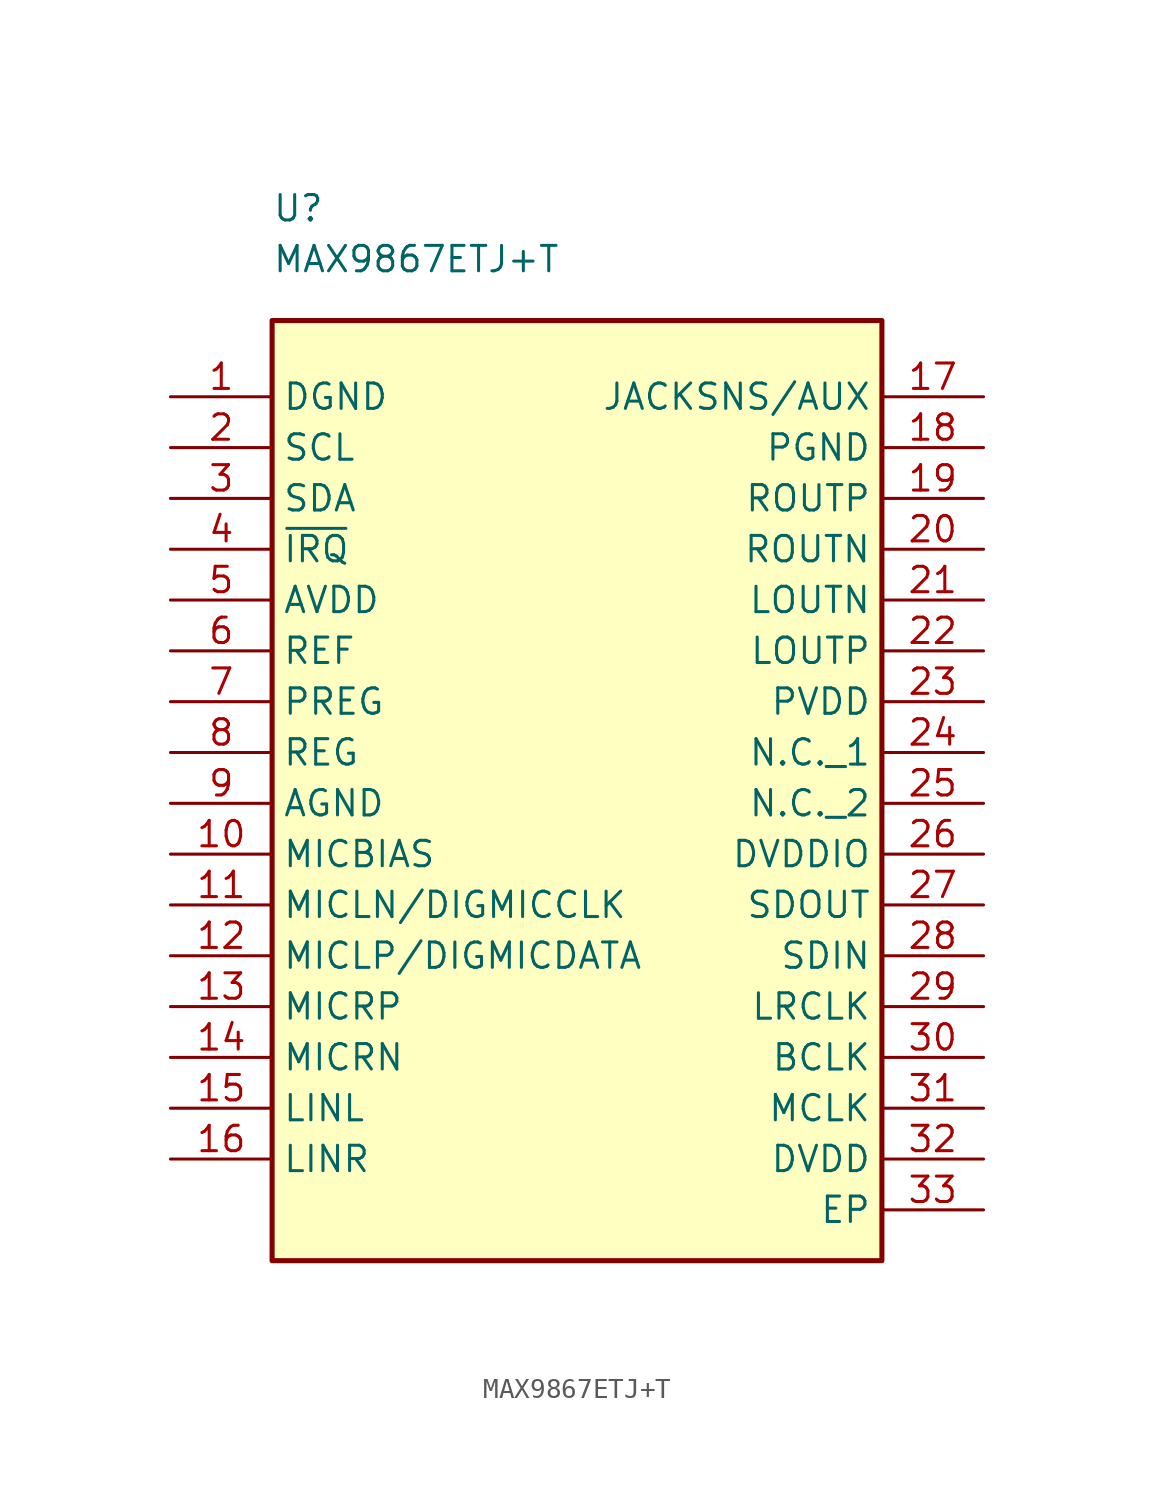
<source format=kicad_sym>
(kicad_symbol_lib
  (version 20220914)
  (generator kicad_symbol_editor)
  (symbol "MAX9867ETJ+T"
    (property "Reference" "U"
      (at -16.51 24.13 0)
      (effects (font (size 1.27 1.27)) (justify left top)))
    (property "Value" "MAX9867ETJ+T"
      (at -16.51 21.59 0)
      (effects (font (size 1.27 1.27)) (justify left top)))
    (symbol "MAX9867ETJ+T_1_1"
      (rectangle (start -16.51 17.78) (end 13.97 -29.21) (stroke (width 0.254) (type default)) (fill (type background)))
      (pin passive line (at -21.59 13.97 0) (length 5.08) (name "DGND" (effects (font (size 1.27 1.27)))) (number "1" (effects (font (size 1.27 1.27)))))
      (pin passive line (at -21.59 -8.89 0) (length 5.08) (name "MICBIAS" (effects (font (size 1.27 1.27)))) (number "10" (effects (font (size 1.27 1.27)))))
      (pin passive line (at -21.59 -11.43 0) (length 5.08) (name "MICLN/DIGMICCLK" (effects (font (size 1.27 1.27)))) (number "11" (effects (font (size 1.27 1.27)))))
      (pin passive line (at -21.59 -13.97 0) (length 5.08) (name "MICLP/DIGMICDATA" (effects (font (size 1.27 1.27)))) (number "12" (effects (font (size 1.27 1.27)))))
      (pin passive line (at -21.59 -16.51 0) (length 5.08) (name "MICRP" (effects (font (size 1.27 1.27)))) (number "13" (effects (font (size 1.27 1.27)))))
      (pin passive line (at -21.59 -19.05 0) (length 5.08) (name "MICRN" (effects (font (size 1.27 1.27)))) (number "14" (effects (font (size 1.27 1.27)))))
      (pin passive line (at -21.59 -21.59 0) (length 5.08) (name "LINL" (effects (font (size 1.27 1.27)))) (number "15" (effects (font (size 1.27 1.27)))))
      (pin passive line (at -21.59 -24.13 0) (length 5.08) (name "LINR" (effects (font (size 1.27 1.27)))) (number "16" (effects (font (size 1.27 1.27)))))
      (pin passive line (at 19.05 13.97 180) (length 5.08) (name "JACKSNS/AUX" (effects (font (size 1.27 1.27)))) (number "17" (effects (font (size 1.27 1.27)))))
      (pin passive line (at 19.05 11.43 180) (length 5.08) (name "PGND" (effects (font (size 1.27 1.27)))) (number "18" (effects (font (size 1.27 1.27)))))
      (pin passive line (at 19.05 8.89 180) (length 5.08) (name "ROUTP" (effects (font (size 1.27 1.27)))) (number "19" (effects (font (size 1.27 1.27)))))
      (pin passive line (at -21.59 11.43 0) (length 5.08) (name "SCL" (effects (font (size 1.27 1.27)))) (number "2" (effects (font (size 1.27 1.27)))))
      (pin passive line (at 19.05 6.35 180) (length 5.08) (name "ROUTN" (effects (font (size 1.27 1.27)))) (number "20" (effects (font (size 1.27 1.27)))))
      (pin passive line (at 19.05 3.81 180) (length 5.08) (name "LOUTN" (effects (font (size 1.27 1.27)))) (number "21" (effects (font (size 1.27 1.27)))))
      (pin passive line (at 19.05 1.27 180) (length 5.08) (name "LOUTP" (effects (font (size 1.27 1.27)))) (number "22" (effects (font (size 1.27 1.27)))))
      (pin passive line (at 19.05 -1.27 180) (length 5.08) (name "PVDD" (effects (font (size 1.27 1.27)))) (number "23" (effects (font (size 1.27 1.27)))))
      (pin passive line (at 19.05 -3.81 180) (length 5.08) (name "N.C._1" (effects (font (size 1.27 1.27)))) (number "24" (effects (font (size 1.27 1.27)))))
      (pin passive line (at 19.05 -6.35 180) (length 5.08) (name "N.C._2" (effects (font (size 1.27 1.27)))) (number "25" (effects (font (size 1.27 1.27)))))
      (pin passive line (at 19.05 -8.89 180) (length 5.08) (name "DVDDIO" (effects (font (size 1.27 1.27)))) (number "26" (effects (font (size 1.27 1.27)))))
      (pin passive line (at 19.05 -11.43 180) (length 5.08) (name "SDOUT" (effects (font (size 1.27 1.27)))) (number "27" (effects (font (size 1.27 1.27)))))
      (pin passive line (at 19.05 -13.97 180) (length 5.08) (name "SDIN" (effects (font (size 1.27 1.27)))) (number "28" (effects (font (size 1.27 1.27)))))
      (pin passive line (at 19.05 -16.51 180) (length 5.08) (name "LRCLK" (effects (font (size 1.27 1.27)))) (number "29" (effects (font (size 1.27 1.27)))))
      (pin passive line (at -21.59 8.89 0) (length 5.08) (name "SDA" (effects (font (size 1.27 1.27)))) (number "3" (effects (font (size 1.27 1.27)))))
      (pin passive line (at 19.05 -19.05 180) (length 5.08) (name "BCLK" (effects (font (size 1.27 1.27)))) (number "30" (effects (font (size 1.27 1.27)))))
      (pin passive line (at 19.05 -21.59 180) (length 5.08) (name "MCLK" (effects (font (size 1.27 1.27)))) (number "31" (effects (font (size 1.27 1.27)))))
      (pin passive line (at 19.05 -24.13 180) (length 5.08) (name "DVDD" (effects (font (size 1.27 1.27)))) (number "32" (effects (font (size 1.27 1.27)))))
      (pin passive line (at 19.05 -26.67 180) (length 5.08) (name "EP" (effects (font (size 1.27 1.27)))) (number "33" (effects (font (size 1.27 1.27)))))
      (pin passive line (at -21.59 6.35 0) (length 5.08) (name "~{IRQ}" (effects (font (size 1.27 1.27)))) (number "4" (effects (font (size 1.27 1.27)))))
      (pin passive line (at -21.59 3.81 0) (length 5.08) (name "AVDD" (effects (font (size 1.27 1.27)))) (number "5" (effects (font (size 1.27 1.27)))))
      (pin passive line (at -21.59 1.27 0) (length 5.08) (name "REF" (effects (font (size 1.27 1.27)))) (number "6" (effects (font (size 1.27 1.27)))))
      (pin passive line (at -21.59 -1.27 0) (length 5.08) (name "PREG" (effects (font (size 1.27 1.27)))) (number "7" (effects (font (size 1.27 1.27)))))
      (pin passive line (at -21.59 -3.81 0) (length 5.08) (name "REG" (effects (font (size 1.27 1.27)))) (number "8" (effects (font (size 1.27 1.27)))))
      (pin passive line (at -21.59 -6.35 0) (length 5.08) (name "AGND" (effects (font (size 1.27 1.27)))) (number "9" (effects (font (size 1.27 1.27))))))))
</source>
